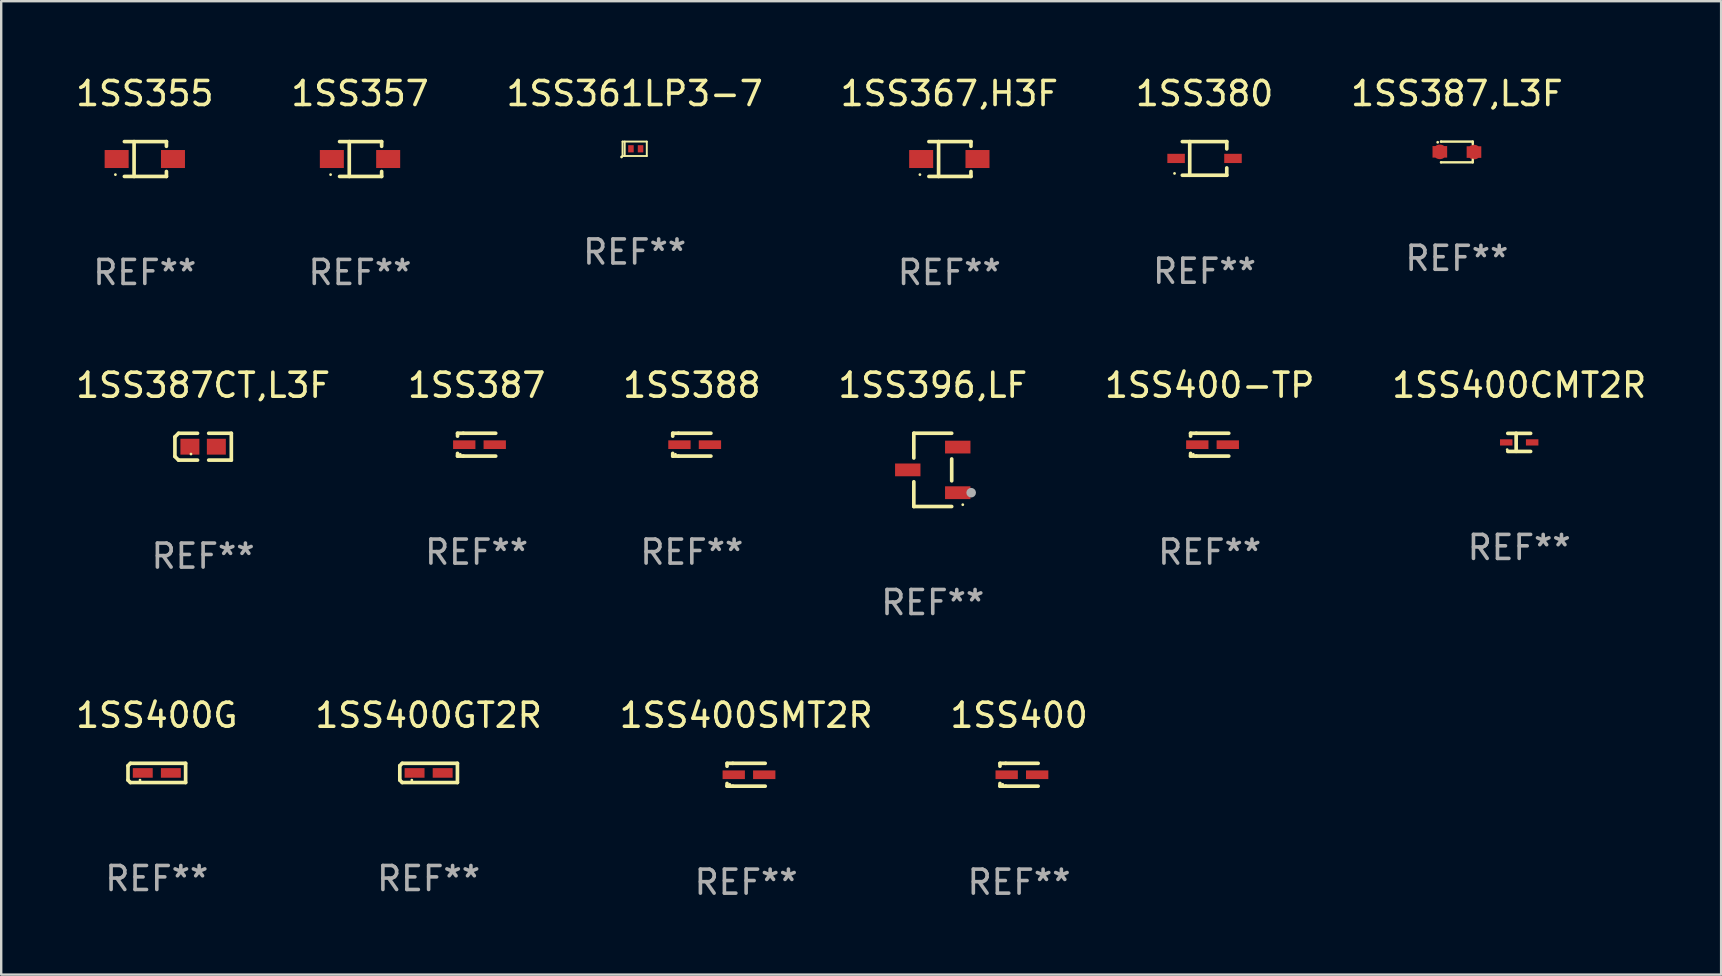
<source format=kicad_pcb>
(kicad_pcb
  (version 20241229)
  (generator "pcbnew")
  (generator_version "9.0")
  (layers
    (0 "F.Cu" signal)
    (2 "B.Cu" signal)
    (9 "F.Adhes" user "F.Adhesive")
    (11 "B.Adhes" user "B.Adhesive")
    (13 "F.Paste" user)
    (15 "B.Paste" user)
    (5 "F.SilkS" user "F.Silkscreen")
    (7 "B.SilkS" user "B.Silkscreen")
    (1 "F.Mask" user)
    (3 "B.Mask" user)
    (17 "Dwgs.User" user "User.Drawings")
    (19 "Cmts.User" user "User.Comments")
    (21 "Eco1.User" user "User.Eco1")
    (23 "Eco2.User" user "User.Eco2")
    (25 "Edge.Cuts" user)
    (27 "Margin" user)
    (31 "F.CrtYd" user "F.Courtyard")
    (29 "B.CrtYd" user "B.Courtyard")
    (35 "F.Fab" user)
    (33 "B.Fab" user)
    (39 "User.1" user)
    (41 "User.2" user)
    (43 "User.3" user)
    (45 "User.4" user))
  (footprint "1SS400"
    (layer "F.Cu")
    (at 39.399 29.222)
    (property "Reference" "1SS400" (at 0 -2.476 0) (layer "F.SilkS") (effects (font (size 1 1) (thickness 0.15))))
    (attr through_hole)
    (fp_line (start -0.795 -0.476) (end -0.795 -0.356) (stroke (width 0.152) (type solid)) (layer "F.SilkS"))
    (fp_line (start -0.795 0.363) (end -0.795 0.476) (stroke (width 0.152) (type solid)) (layer "F.SilkS"))
    (fp_line (start -0.795 0.476) (end -0.557 0.476) (stroke (width 0.152) (type solid)) (layer "F.SilkS"))
    (fp_line (start -0.557 -0.476) (end -0.795 -0.476) (stroke (width 0.152) (type solid)) (layer "F.SilkS"))
    (fp_line (start -0.557 -0.476) (end 0.795 -0.476) (stroke (width 0.152) (type solid)) (layer "F.SilkS"))
    (fp_line (start -0.557 0.476) (end 0.795 0.476) (stroke (width 0.152) (type solid)) (layer "F.SilkS"))
    (fp_circle (center -0.681 0.4) (end -0.651 0.4) (stroke (width 0.06) (type solid)) (fill no) (layer "F.SilkS"))
    (fp_text user "REF**" (at 0 4.476 0) (layer "F.Fab") (effects (font (size 1 1) (thickness 0.15))))
    (pad "1" smd rect (at -0.516 0 180) (size 0.93 0.36) (layers "F.Cu" "F.Mask" "F.Paste"))
    (pad "2" smd rect (at 0.754 0 180) (size 0.93 0.36) (layers "F.Cu" "F.Mask" "F.Paste")))
  (footprint "1SS387CT,L3F"
    (layer "F.Cu")
    (at 5.411 15.557)
    (property "Reference" "1SS387CT,L3F" (at 0 -2.559 0) (layer "F.SilkS") (effects (font (size 1 1) (thickness 0.15))))
    (attr through_hole)
    (fp_line (start -1.175 -0.407) (end -1.023 -0.559) (stroke (width 0.152) (type solid)) (layer "F.SilkS"))
    (fp_line (start -1.175 0.407) (end -1.175 -0.407) (stroke (width 0.152) (type solid)) (layer "F.SilkS"))
    (fp_line (start -1.023 -0.559) (end -0.232 -0.559) (stroke (width 0.152) (type solid)) (layer "F.SilkS"))
    (fp_line (start -1.023 0.559) (end -1.175 0.407) (stroke (width 0.152) (type solid)) (layer "F.SilkS"))
    (fp_line (start -0.232 0.559) (end -1.023 0.559) (stroke (width 0.152) (type solid)) (layer "F.SilkS"))
    (fp_line (start 0.232 0.559) (end 1.175 0.559) (stroke (width 0.152) (type solid)) (layer "F.SilkS"))
    (fp_line (start 1.175 -0.559) (end 0.232 -0.559) (stroke (width 0.152) (type solid)) (layer "F.SilkS"))
    (fp_line (start 1.175 0.559) (end 1.175 -0.559) (stroke (width 0.152) (type solid)) (layer "F.SilkS"))
    (fp_circle (center -0.506 0.306) (end -0.476 0.306) (stroke (width 0.06) (type solid)) (fill no) (layer "F.SilkS"))
    (fp_text user "REF**" (at 0 4.559 0) (layer "F.Fab") (effects (font (size 1 1) (thickness 0.15))))
    (pad "1" smd rect (at -0.551 0) (size 0.79 0.661) (layers "F.Cu" "F.Mask" "F.Paste"))
    (pad "2" smd rect (at 0.551 0) (size 0.79 0.661) (layers "F.Cu" "F.Mask" "F.Paste")))
  (footprint "1SS355"
    (layer "F.Cu")
    (at 2.982 3.574)
    (property "Reference" "1SS355" (at 0 -2.726 0) (layer "F.SilkS") (effects (font (size 1 1) (thickness 0.15))))
    (attr through_hole)
    (fp_line (start -0.851 -0.726) (end 0.901 -0.726) (stroke (width 0.152) (type solid)) (layer "F.SilkS"))
    (fp_line (start -0.851 0.726) (end 0.901 0.726) (stroke (width 0.152) (type solid)) (layer "F.SilkS"))
    (fp_line (start -0.447 -0.726) (end -0.447 0.726) (stroke (width 0.152) (type solid)) (layer "F.SilkS"))
    (fp_line (start 0.901 -0.726) (end 0.901 -0.53) (stroke (width 0.152) (type solid)) (layer "F.SilkS"))
    (fp_line (start 0.901 0.726) (end 0.901 0.52) (stroke (width 0.152) (type solid)) (layer "F.SilkS"))
    (fp_circle (center -1.225 0.65) (end -1.195 0.65) (stroke (width 0.06) (type solid)) (fill no) (layer "F.SilkS"))
    (fp_text user "REF**" (at 0 4.726 0) (layer "F.Fab") (effects (font (size 1 1) (thickness 0.15))))
    (pad "1" smd rect (at -1.173 0) (size 1 0.75) (layers "F.Cu" "F.Mask" "F.Paste"))
    (pad "2" smd rect (at 1.173 0) (size 1 0.75) (layers "F.Cu" "F.Mask" "F.Paste")))
  (footprint "1SS400SMT2R"
    (layer "F.Cu")
    (at 28.03 29.222)
    (property "Reference" "1SS400SMT2R" (at 0 -2.476 0) (layer "F.SilkS") (effects (font (size 1 1) (thickness 0.15))))
    (attr through_hole)
    (fp_line (start -0.795 -0.476) (end -0.795 -0.356) (stroke (width 0.152) (type solid)) (layer "F.SilkS"))
    (fp_line (start -0.795 0.363) (end -0.795 0.476) (stroke (width 0.152) (type solid)) (layer "F.SilkS"))
    (fp_line (start -0.795 0.476) (end -0.557 0.476) (stroke (width 0.152) (type solid)) (layer "F.SilkS"))
    (fp_line (start -0.557 -0.476) (end -0.795 -0.476) (stroke (width 0.152) (type solid)) (layer "F.SilkS"))
    (fp_line (start -0.557 -0.476) (end 0.795 -0.476) (stroke (width 0.152) (type solid)) (layer "F.SilkS"))
    (fp_line (start -0.557 0.476) (end 0.795 0.476) (stroke (width 0.152) (type solid)) (layer "F.SilkS"))
    (fp_circle (center -0.681 0.4) (end -0.651 0.4) (stroke (width 0.06) (type solid)) (fill no) (layer "F.SilkS"))
    (fp_text user "REF**" (at 0 4.476 0) (layer "F.Fab") (effects (font (size 1 1) (thickness 0.15))))
    (pad "1" smd rect (at -0.516 0 180) (size 0.93 0.36) (layers "F.Cu" "F.Mask" "F.Paste"))
    (pad "2" smd rect (at 0.754 0 180) (size 0.93 0.36) (layers "F.Cu" "F.Mask" "F.Paste")))
  (footprint "1SS388"
    (layer "F.Cu")
    (at 25.768 15.473)
    (property "Reference" "1SS388" (at 0 -2.476 0) (layer "F.SilkS") (effects (font (size 1 1) (thickness 0.15))))
    (attr through_hole)
    (fp_line (start -0.795 -0.476) (end -0.795 -0.356) (stroke (width 0.152) (type solid)) (layer "F.SilkS"))
    (fp_line (start -0.795 0.363) (end -0.795 0.476) (stroke (width 0.152) (type solid)) (layer "F.SilkS"))
    (fp_line (start -0.795 0.476) (end -0.557 0.476) (stroke (width 0.152) (type solid)) (layer "F.SilkS"))
    (fp_line (start -0.557 -0.476) (end -0.795 -0.476) (stroke (width 0.152) (type solid)) (layer "F.SilkS"))
    (fp_line (start -0.557 -0.476) (end 0.795 -0.476) (stroke (width 0.152) (type solid)) (layer "F.SilkS"))
    (fp_line (start -0.557 0.476) (end 0.795 0.476) (stroke (width 0.152) (type solid)) (layer "F.SilkS"))
    (fp_circle (center -0.681 0.4) (end -0.651 0.4) (stroke (width 0.06) (type solid)) (fill no) (layer "F.SilkS"))
    (fp_text user "REF**" (at 0 4.476 0) (layer "F.Fab") (effects (font (size 1 1) (thickness 0.15))))
    (pad "1" smd rect (at -0.516 0 180) (size 0.93 0.36) (layers "F.Cu" "F.Mask" "F.Paste"))
    (pad "2" smd rect (at 0.754 0 180) (size 0.93 0.36) (layers "F.Cu" "F.Mask" "F.Paste")))
  (footprint "1SS396,LF"
    (layer "F.Cu")
    (at 35.804 16.523)
    (property "Reference" "1SS396,LF" (at 0 -3.526 0) (layer "F.SilkS") (effects (font (size 1 1) (thickness 0.15))))
    (attr through_hole)
    (fp_line (start -0.789 -1.526) (end -0.789 -0.495) (stroke (width 0.152) (type solid)) (layer "F.SilkS"))
    (fp_line (start -0.789 1.526) (end -0.789 0.495) (stroke (width 0.152) (type solid)) (layer "F.SilkS"))
    (fp_line (start 0.789 -1.526) (end -0.789 -1.526) (stroke (width 0.152) (type solid)) (layer "F.SilkS"))
    (fp_line (start 0.789 -0.455) (end 0.789 0.455) (stroke (width 0.152) (type solid)) (layer "F.SilkS"))
    (fp_line (start 0.789 1.526) (end -0.789 1.526) (stroke (width 0.152) (type solid)) (layer "F.SilkS"))
    (fp_circle (center 1.25 1.45) (end 1.28 1.45) (stroke (width 0.06) (type solid)) (fill no) (layer "F.SilkS"))
    (fp_circle (center 1.6 0.95) (end 1.7 0.95) (stroke (width 0.2) (type solid)) (fill no) (layer "F.Fab"))
    (fp_text user "REF**" (at 0 5.526 0) (layer "F.Fab") (effects (font (size 1 1) (thickness 0.15))))
    (pad "1" smd rect (at 1.041 0.95) (size 1.058 0.532) (layers "F.Cu" "F.Mask" "F.Paste"))
    (pad "2" smd rect (at 1.041 -0.95) (size 1.058 0.532) (layers "F.Cu" "F.Mask" "F.Paste"))
    (pad "3" smd rect (at -1.041 0) (size 1.058 0.532) (layers "F.Cu" "F.Mask" "F.Paste")))
  (footprint "1SS357"
    (layer "F.Cu")
    (at 11.946 3.574)
    (property "Reference" "1SS357" (at 0 -2.726 0) (layer "F.SilkS") (effects (font (size 1 1) (thickness 0.15))))
    (attr through_hole)
    (fp_line (start -0.851 -0.726) (end 0.901 -0.726) (stroke (width 0.152) (type solid)) (layer "F.SilkS"))
    (fp_line (start -0.851 0.726) (end 0.901 0.726) (stroke (width 0.152) (type solid)) (layer "F.SilkS"))
    (fp_line (start -0.447 -0.726) (end -0.447 0.726) (stroke (width 0.152) (type solid)) (layer "F.SilkS"))
    (fp_line (start 0.901 -0.726) (end 0.901 -0.53) (stroke (width 0.152) (type solid)) (layer "F.SilkS"))
    (fp_line (start 0.901 0.726) (end 0.901 0.52) (stroke (width 0.152) (type solid)) (layer "F.SilkS"))
    (fp_circle (center -1.225 0.65) (end -1.195 0.65) (stroke (width 0.06) (type solid)) (fill no) (layer "F.SilkS"))
    (fp_text user "REF**" (at 0 4.726 0) (layer "F.Fab") (effects (font (size 1 1) (thickness 0.15))))
    (pad "1" smd rect (at -1.173 0) (size 1 0.75) (layers "F.Cu" "F.Mask" "F.Paste"))
    (pad "2" smd rect (at 1.173 0) (size 1 0.75) (layers "F.Cu" "F.Mask" "F.Paste")))
  (footprint "1SS361LP3-7"
    (layer "F.Cu")
    (at 23.387 3.148)
    (property "Reference" "1SS361LP3-7" (at 0 -2.3 0) (layer "F.SilkS") (effects (font (size 1 1) (thickness 0.15))))
    (attr through_hole)
    (fp_line (start -0.505 -0.3) (end -0.505 0.3) (stroke (width 0.08) (type solid)) (layer "F.SilkS"))
    (fp_line (start -0.505 -0.3) (end 0.505 -0.3) (stroke (width 0.08) (type solid)) (layer "F.SilkS"))
    (fp_line (start -0.505 0.3) (end 0.505 0.3) (stroke (width 0.08) (type solid)) (layer "F.SilkS"))
    (fp_line (start -0.415 -0.3) (end -0.415 0.3) (stroke (width 0.08) (type solid)) (layer "F.SilkS"))
    (fp_line (start 0.505 -0.3) (end 0.505 0.3) (stroke (width 0.08) (type solid)) (layer "F.SilkS"))
    (fp_circle (center -0.545 0.34) (end -0.515 0.34) (stroke (width 0.06) (type solid)) (fill no) (layer "F.SilkS"))
    (fp_text user "REF**" (at 0 4.3 0) (layer "F.Fab") (effects (font (size 1 1) (thickness 0.15))))
    (pad "1" smd rect (at -0.155 0 180) (size 0.23 0.3) (layers "F.Cu" "F.Mask" "F.Paste"))
    (pad "2" smd rect (at 0.245 0 180) (size 0.23 0.3) (layers "F.Cu" "F.Mask" "F.Paste")))
  (footprint "1SS400-TP"
    (layer "F.Cu")
    (at 47.339 15.473)
    (property "Reference" "1SS400-TP" (at 0 -2.476 0) (layer "F.SilkS") (effects (font (size 1 1) (thickness 0.15))))
    (attr through_hole)
    (fp_line (start -0.795 -0.476) (end -0.795 -0.356) (stroke (width 0.152) (type solid)) (layer "F.SilkS"))
    (fp_line (start -0.795 0.363) (end -0.795 0.476) (stroke (width 0.152) (type solid)) (layer "F.SilkS"))
    (fp_line (start -0.795 0.476) (end -0.557 0.476) (stroke (width 0.152) (type solid)) (layer "F.SilkS"))
    (fp_line (start -0.557 -0.476) (end -0.795 -0.476) (stroke (width 0.152) (type solid)) (layer "F.SilkS"))
    (fp_line (start -0.557 -0.476) (end 0.795 -0.476) (stroke (width 0.152) (type solid)) (layer "F.SilkS"))
    (fp_line (start -0.557 0.476) (end 0.795 0.476) (stroke (width 0.152) (type solid)) (layer "F.SilkS"))
    (fp_circle (center -0.681 0.4) (end -0.651 0.4) (stroke (width 0.06) (type solid)) (fill no) (layer "F.SilkS"))
    (fp_text user "REF**" (at 0 4.476 0) (layer "F.Fab") (effects (font (size 1 1) (thickness 0.15))))
    (pad "1" smd rect (at -0.516 0 180) (size 0.93 0.36) (layers "F.Cu" "F.Mask" "F.Paste"))
    (pad "2" smd rect (at 0.754 0 180) (size 0.93 0.36) (layers "F.Cu" "F.Mask" "F.Paste")))
  (footprint "1SS400G"
    (layer "F.Cu")
    (at 3.482 29.146)
    (property "Reference" "1SS400G" (at 0 -2.4 0) (layer "F.SilkS") (effects (font (size 1 1) (thickness 0.15))))
    (attr through_hole)
    (fp_line (start -1.2 -0.3) (end -1.1 -0.4) (stroke (width 0.152) (type solid)) (layer "F.SilkS"))
    (fp_line (start -1.2 0.3) (end -1.2 -0.3) (stroke (width 0.152) (type solid)) (layer "F.SilkS"))
    (fp_line (start -1.1 -0.4) (end 1.2 -0.4) (stroke (width 0.152) (type solid)) (layer "F.SilkS"))
    (fp_line (start -1.1 0.4) (end -1.2 0.3) (stroke (width 0.152) (type solid)) (layer "F.SilkS"))
    (fp_line (start 1.2 -0.4) (end 1.2 0.4) (stroke (width 0.152) (type solid)) (layer "F.SilkS"))
    (fp_line (start 1.2 0.4) (end -1.1 0.4) (stroke (width 0.152) (type solid)) (layer "F.SilkS"))
    (fp_circle (center -0.7 0.3) (end -0.67 0.3) (stroke (width 0.06) (type solid)) (fill no) (layer "F.SilkS"))
    (fp_text user "REF**" (at 0 4.4 0) (layer "F.Fab") (effects (font (size 1 1) (thickness 0.15))))
    (pad "1" smd rect (at -0.585 0 180) (size 0.83 0.4) (layers "F.Cu" "F.Mask" "F.Paste"))
    (pad "2" smd rect (at 0.585 0 180) (size 0.83 0.4) (layers "F.Cu" "F.Mask" "F.Paste")))
  (footprint "1SS400CMT2R"
    (layer "F.Cu")
    (at 60.232 15.376)
    (property "Reference" "1SS400CMT2R" (at 0 -2.379 0) (layer "F.SilkS") (effects (font (size 1 1) (thickness 0.15))))
    (attr through_hole)
    (fp_line (start -0.476 -0.374) (end 0.476 -0.374) (stroke (width 0.152) (type solid)) (layer "F.SilkS"))
    (fp_line (start -0.476 0.379) (end 0.476 0.379) (stroke (width 0.152) (type solid)) (layer "F.SilkS"))
    (fp_line (start -0.127 -0.379) (end -0.127 0.374) (stroke (width 0.152) (type solid)) (layer "F.SilkS"))
    (fp_circle (center -0.5 0.302) (end -0.47 0.302) (stroke (width 0.06) (type solid)) (fill no) (layer "F.SilkS"))
    (fp_text user "REF**" (at 0 4.379 0) (layer "F.Fab") (effects (font (size 1 1) (thickness 0.15))))
    (pad "1" smd rect (at -0.54 0.002 180) (size 0.52 0.26) (layers "F.Cu" "F.Mask" "F.Paste"))
    (pad "2" smd rect (at 0.54 0.002 180) (size 0.52 0.26) (layers "F.Cu" "F.Mask" "F.Paste")))
  (footprint "1SS400GT2R"
    (layer "F.Cu")
    (at 14.804 29.146)
    (property "Reference" "1SS400GT2R" (at 0 -2.4 0) (layer "F.SilkS") (effects (font (size 1 1) (thickness 0.15))))
    (attr through_hole)
    (fp_line (start -1.2 -0.3) (end -1.1 -0.4) (stroke (width 0.152) (type solid)) (layer "F.SilkS"))
    (fp_line (start -1.2 0.3) (end -1.2 -0.3) (stroke (width 0.152) (type solid)) (layer "F.SilkS"))
    (fp_line (start -1.1 -0.4) (end 1.2 -0.4) (stroke (width 0.152) (type solid)) (layer "F.SilkS"))
    (fp_line (start -1.1 0.4) (end -1.2 0.3) (stroke (width 0.152) (type solid)) (layer "F.SilkS"))
    (fp_line (start 1.2 -0.4) (end 1.2 0.4) (stroke (width 0.152) (type solid)) (layer "F.SilkS"))
    (fp_line (start 1.2 0.4) (end -1.1 0.4) (stroke (width 0.152) (type solid)) (layer "F.SilkS"))
    (fp_circle (center -0.7 0.3) (end -0.67 0.3) (stroke (width 0.06) (type solid)) (fill no) (layer "F.SilkS"))
    (fp_text user "REF**" (at 0 4.4 0) (layer "F.Fab") (effects (font (size 1 1) (thickness 0.15))))
    (pad "1" smd rect (at -0.585 0 180) (size 0.83 0.4) (layers "F.Cu" "F.Mask" "F.Paste"))
    (pad "2" smd rect (at 0.585 0 180) (size 0.83 0.4) (layers "F.Cu" "F.Mask" "F.Paste")))
  (footprint "1SS387,L3F"
    (layer "F.Cu")
    (at 57.637 3.28)
    (property "Reference" "1SS387,L3F" (at 0 -2.432 0) (layer "F.SilkS") (effects (font (size 1 1) (thickness 0.15))))
    (attr through_hole)
    (fp_line (start -0.661 0.432) (end -0.661 0.432) (stroke (width 0.1) (type solid)) (layer "F.SilkS"))
    (fp_line (start -0.661 -0.432) (end -0.661 -0.432) (stroke (width 0.1) (type solid)) (layer "F.SilkS"))
    (fp_line (start -0.661 -0.432) (end 0.66 -0.432) (stroke (width 0.1) (type solid)) (layer "F.SilkS"))
    (fp_line (start 0.66 0.326) (end 0.66 0.432) (stroke (width 0.1) (type solid)) (layer "F.SilkS"))
    (fp_line (start 0.66 0.432) (end -0.661 0.432) (stroke (width 0.1) (type solid)) (layer "F.SilkS"))
    (fp_line (start 0.66 -0.432) (end 0.66 -0.33) (stroke (width 0.1) (type solid)) (layer "F.SilkS"))
    (fp_circle (center -0.8 -0.404) (end -0.77 -0.404) (stroke (width 0.06) (type solid)) (fill no) (layer "F.SilkS"))
    (fp_text user "REF**" (at 0 4.432 0) (layer "F.Fab") (effects (font (size 1 1) (thickness 0.15))))
    (pad "1" smd custom (at -0.711 -0.005) (size 0.61 0.483) (layers "F.Cu" "F.Mask" "F.Paste") (options (anchor circle)) (primitives (gr_poly (pts (xy -0.305 -0.241) (xy 0.305 -0.241) (xy 0.305 0.241) (xy -0.305 0.241)) (width 0) (fill yes))))
    (pad "2" smd custom (at 0.711 0.005) (size 0.61 0.483) (layers "F.Cu" "F.Mask" "F.Paste") (options (anchor circle)) (primitives (gr_poly (pts (xy -0.305 -0.241) (xy 0.305 -0.241) (xy 0.305 0.241) (xy -0.305 0.241)) (width 0) (fill yes)))))
  (footprint "1SS380"
    (layer "F.Cu")
    (at 47.125 3.549)
    (property "Reference" "1SS380" (at 0 -2.701 0) (layer "F.SilkS") (effects (font (size 1 1) (thickness 0.15))))
    (attr through_hole)
    (fp_line (start -0.926 -0.701) (end 0.926 -0.701) (stroke (width 0.152) (type solid)) (layer "F.SilkS"))
    (fp_line (start -0.926 0.701) (end 0.926 0.701) (stroke (width 0.152) (type solid)) (layer "F.SilkS"))
    (fp_line (start -0.617 -0.701) (end -0.617 0.701) (stroke (width 0.152) (type solid)) (layer "F.SilkS"))
    (fp_line (start 0.926 -0.701) (end 0.926 -0.396) (stroke (width 0.152) (type solid)) (layer "F.SilkS"))
    (fp_line (start 0.926 0.701) (end 0.926 0.396) (stroke (width 0.152) (type solid)) (layer "F.SilkS"))
    (fp_circle (center -1.25 0.625) (end -1.22 0.625) (stroke (width 0.06) (type solid)) (fill no) (layer "F.SilkS"))
    (fp_text user "REF**" (at 0 4.701 0) (layer "F.Fab") (effects (font (size 1 1) (thickness 0.15))))
    (pad "1" smd rect (at -1.185 0 180) (size 0.73 0.385) (layers "F.Cu" "F.Mask" "F.Paste"))
    (pad "2" smd rect (at 1.185 0 180) (size 0.73 0.385) (layers "F.Cu" "F.Mask" "F.Paste")))
  (footprint "1SS387"
    (layer "F.Cu")
    (at 16.804 15.473)
    (property "Reference" "1SS387" (at 0 -2.476 0) (layer "F.SilkS") (effects (font (size 1 1) (thickness 0.15))))
    (attr through_hole)
    (fp_line (start -0.795 -0.476) (end -0.795 -0.356) (stroke (width 0.152) (type solid)) (layer "F.SilkS"))
    (fp_line (start -0.795 0.363) (end -0.795 0.476) (stroke (width 0.152) (type solid)) (layer "F.SilkS"))
    (fp_line (start -0.795 0.476) (end -0.557 0.476) (stroke (width 0.152) (type solid)) (layer "F.SilkS"))
    (fp_line (start -0.557 -0.476) (end -0.795 -0.476) (stroke (width 0.152) (type solid)) (layer "F.SilkS"))
    (fp_line (start -0.557 -0.476) (end 0.795 -0.476) (stroke (width 0.152) (type solid)) (layer "F.SilkS"))
    (fp_line (start -0.557 0.476) (end 0.795 0.476) (stroke (width 0.152) (type solid)) (layer "F.SilkS"))
    (fp_circle (center -0.681 0.4) (end -0.651 0.4) (stroke (width 0.06) (type solid)) (fill no) (layer "F.SilkS"))
    (fp_text user "REF**" (at 0 4.476 0) (layer "F.Fab") (effects (font (size 1 1) (thickness 0.15))))
    (pad "1" smd rect (at -0.516 0 180) (size 0.93 0.36) (layers "F.Cu" "F.Mask" "F.Paste"))
    (pad "2" smd rect (at 0.754 0 180) (size 0.93 0.36) (layers "F.Cu" "F.Mask" "F.Paste")))
  (footprint "1SS367,H3F"
    (layer "F.Cu")
    (at 36.494 3.574)
    (property "Reference" "1SS367,H3F" (at 0 -2.726 0) (layer "F.SilkS") (effects (font (size 1 1) (thickness 0.15))))
    (attr through_hole)
    (fp_line (start -0.851 -0.726) (end 0.901 -0.726) (stroke (width 0.152) (type solid)) (layer "F.SilkS"))
    (fp_line (start -0.851 0.726) (end 0.901 0.726) (stroke (width 0.152) (type solid)) (layer "F.SilkS"))
    (fp_line (start -0.447 -0.726) (end -0.447 0.726) (stroke (width 0.152) (type solid)) (layer "F.SilkS"))
    (fp_line (start 0.901 -0.726) (end 0.901 -0.53) (stroke (width 0.152) (type solid)) (layer "F.SilkS"))
    (fp_line (start 0.901 0.726) (end 0.901 0.52) (stroke (width 0.152) (type solid)) (layer "F.SilkS"))
    (fp_circle (center -1.225 0.65) (end -1.195 0.65) (stroke (width 0.06) (type solid)) (fill no) (layer "F.SilkS"))
    (fp_text user "REF**" (at 0 4.726 0) (layer "F.Fab") (effects (font (size 1 1) (thickness 0.15))))
    (pad "1" smd rect (at -1.173 0) (size 1 0.75) (layers "F.Cu" "F.Mask" "F.Paste"))
    (pad "2" smd rect (at 1.173 0) (size 1 0.75) (layers "F.Cu" "F.Mask" "F.Paste")))
  (gr_rect
    (start -3 -3)
    (end 68.643 37.547)
    (stroke (width 0.1) (type default))
    (fill no)
    (layer "Edge.Cuts")))
</source>
